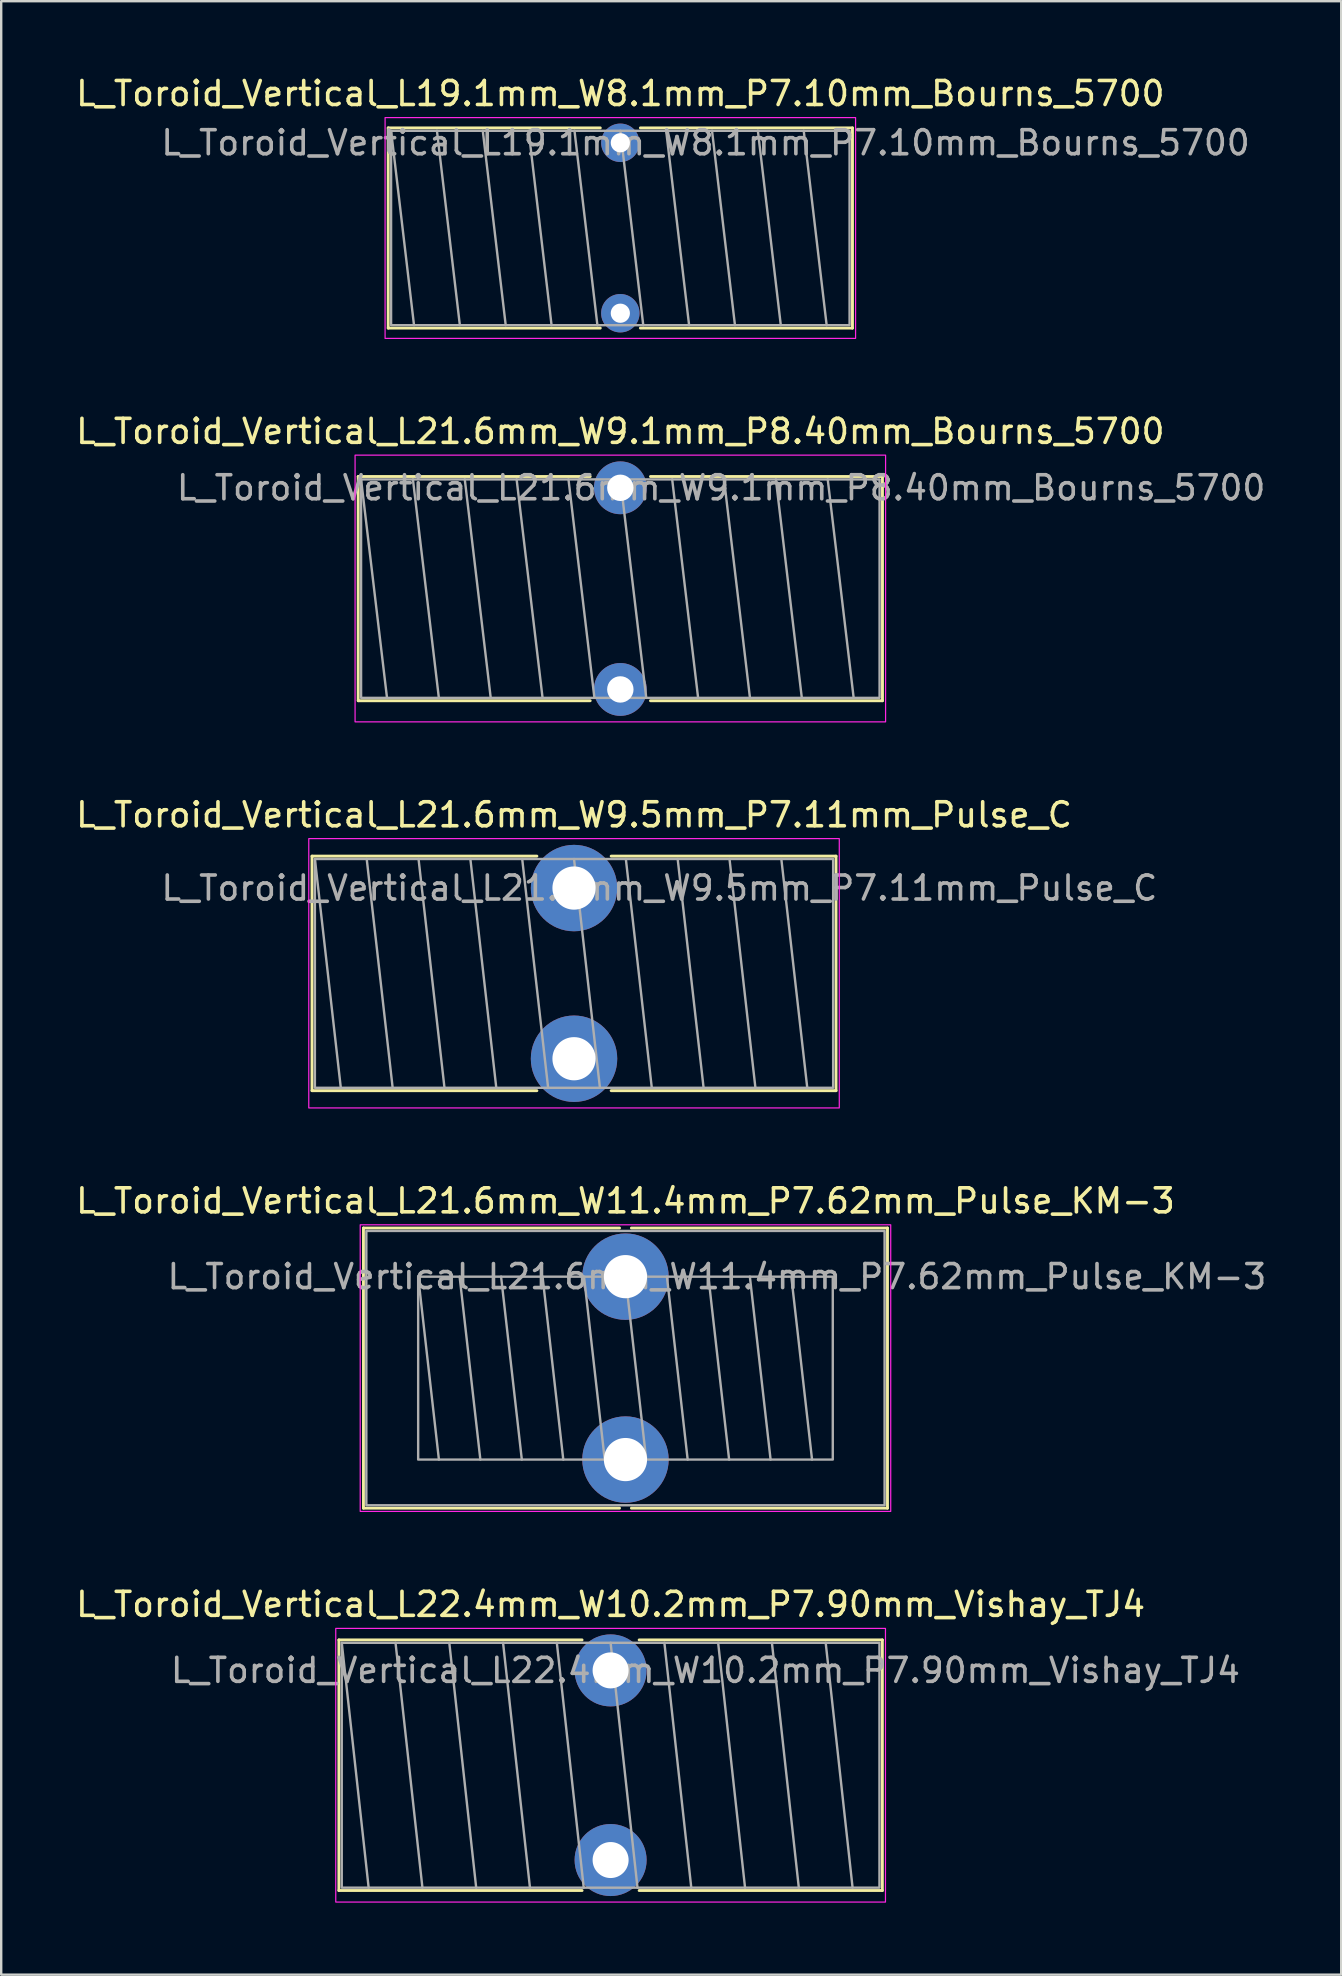
<source format=kicad_pcb>
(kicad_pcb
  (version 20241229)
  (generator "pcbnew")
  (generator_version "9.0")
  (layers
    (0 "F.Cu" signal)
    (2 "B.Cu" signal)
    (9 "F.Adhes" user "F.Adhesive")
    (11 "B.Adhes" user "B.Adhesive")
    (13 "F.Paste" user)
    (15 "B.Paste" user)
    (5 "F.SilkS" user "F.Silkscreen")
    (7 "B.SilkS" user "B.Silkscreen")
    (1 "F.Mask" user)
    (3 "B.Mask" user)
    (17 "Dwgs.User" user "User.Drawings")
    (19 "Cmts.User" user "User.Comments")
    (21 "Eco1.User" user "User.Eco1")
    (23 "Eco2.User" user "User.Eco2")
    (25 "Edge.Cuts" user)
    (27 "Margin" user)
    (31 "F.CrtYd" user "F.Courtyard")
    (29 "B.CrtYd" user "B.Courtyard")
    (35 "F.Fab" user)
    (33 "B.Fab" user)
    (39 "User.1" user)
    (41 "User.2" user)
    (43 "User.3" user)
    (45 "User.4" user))
  (footprint "L_Toroid_Vertical_L22.4mm_W10.2mm_P7.90mm_Vishay_TJ4"
    (layer "F.Cu")
    (at 22.387 66.536)
    (property "Reference" "L_Toroid_Vertical_L22.4mm_W10.2mm_P7.90mm_Vishay_TJ4" (at 0 -2.75 0) (layer "F.SilkS") (effects (font (size 1 1) (thickness 0.15))))
    (attr through_hole)
    (fp_line (start -11.32 -1.27) (end -1.189 -1.27) (stroke (width 0.12) (type solid)) (layer "F.SilkS"))
    (fp_line (start -11.32 9.17) (end -11.32 -1.27) (stroke (width 0.12) (type solid)) (layer "F.SilkS"))
    (fp_line (start -1.189 9.17) (end -11.32 9.17) (stroke (width 0.12) (type solid)) (layer "F.SilkS"))
    (fp_line (start 1.189 -1.27) (end 11.32 -1.27) (stroke (width 0.12) (type solid)) (layer "F.SilkS"))
    (fp_line (start 11.32 -1.27) (end 11.32 9.17) (stroke (width 0.12) (type solid)) (layer "F.SilkS"))
    (fp_line (start 11.32 9.17) (end 1.189 9.17) (stroke (width 0.12) (type solid)) (layer "F.SilkS"))
    (fp_rect (start -11.45 -1.75) (end 11.45 9.65) (stroke (width 0.05) (type solid)) (fill no) (layer "F.CrtYd"))
    (fp_line (start -11.2 -1.15) (end -10.08 9.05) (stroke (width 0.1) (type solid)) (layer "F.Fab"))
    (fp_line (start -8.96 -1.15) (end -7.84 9.05) (stroke (width 0.1) (type solid)) (layer "F.Fab"))
    (fp_line (start -6.72 -1.15) (end -5.6 9.05) (stroke (width 0.1) (type solid)) (layer "F.Fab"))
    (fp_line (start -4.48 -1.15) (end -3.36 9.05) (stroke (width 0.1) (type solid)) (layer "F.Fab"))
    (fp_line (start -2.24 -1.15) (end -1.12 9.05) (stroke (width 0.1) (type solid)) (layer "F.Fab"))
    (fp_line (start 0 -1.15) (end 1.12 9.05) (stroke (width 0.1) (type solid)) (layer "F.Fab"))
    (fp_line (start 2.24 -1.15) (end 3.36 9.05) (stroke (width 0.1) (type solid)) (layer "F.Fab"))
    (fp_line (start 4.48 -1.15) (end 5.6 9.05) (stroke (width 0.1) (type solid)) (layer "F.Fab"))
    (fp_line (start 6.72 -1.15) (end 7.84 9.05) (stroke (width 0.1) (type solid)) (layer "F.Fab"))
    (fp_line (start 8.96 -1.15) (end 10.08 9.05) (stroke (width 0.1) (type solid)) (layer "F.Fab"))
    (fp_rect (start -11.2 -1.15) (end 11.2 9.05) (stroke (width 0.1) (type solid)) (fill no) (layer "F.Fab"))
    (fp_text user "${REFERENCE}" (at 3.95 0 0) (layer "F.Fab") (effects (font (size 1 1) (thickness 0.15))))
    (pad "1" thru_hole circle (at 0 0) (size 3 3) (drill 1.5) (layers "*.Cu" "*.Mask"))
    (pad "2" thru_hole circle (at 0 7.9) (size 3 3) (drill 1.5) (layers "*.Cu" "*.Mask")))
  (footprint "L_Toroid_Vertical_L21.6mm_W11.4mm_P7.62mm_Pulse_KM-3"
    (layer "F.Cu")
    (at 23.006 50.133)
    (property "Reference" "L_Toroid_Vertical_L21.6mm_W11.4mm_P7.62mm_Pulse_KM-3" (at 0 -3.155 0) (layer "F.SilkS") (effects (font (size 1 1) (thickness 0.15))))
    (attr through_hole)
    (fp_line (start -10.915 -2.025) (end -0.247 -2.025) (stroke (width 0.12) (type solid)) (layer "F.SilkS"))
    (fp_line (start -10.915 9.645) (end -10.915 -2.025) (stroke (width 0.12) (type solid)) (layer "F.SilkS"))
    (fp_line (start -0.247 9.645) (end -10.915 9.645) (stroke (width 0.12) (type solid)) (layer "F.SilkS"))
    (fp_line (start 0.247 -2.025) (end 10.915 -2.025) (stroke (width 0.12) (type solid)) (layer "F.SilkS"))
    (fp_line (start 10.915 -2.025) (end 10.915 9.645) (stroke (width 0.12) (type solid)) (layer "F.SilkS"))
    (fp_line (start 10.915 9.645) (end 0.247 9.645) (stroke (width 0.12) (type solid)) (layer "F.SilkS"))
    (fp_rect (start -11.05 -2.16) (end 11.05 9.78) (stroke (width 0.05) (type solid)) (fill no) (layer "F.CrtYd"))
    (fp_line (start -8.636 0) (end -7.772 7.62) (stroke (width 0.1) (type solid)) (layer "F.Fab"))
    (fp_line (start -6.909 0) (end -6.045 7.62) (stroke (width 0.1) (type solid)) (layer "F.Fab"))
    (fp_line (start -5.182 0) (end -4.318 7.62) (stroke (width 0.1) (type solid)) (layer "F.Fab"))
    (fp_line (start -3.454 0) (end -2.591 7.62) (stroke (width 0.1) (type solid)) (layer "F.Fab"))
    (fp_line (start -1.727 0) (end -0.864 7.62) (stroke (width 0.1) (type solid)) (layer "F.Fab"))
    (fp_line (start 0 0) (end 0.864 7.62) (stroke (width 0.1) (type solid)) (layer "F.Fab"))
    (fp_line (start 1.727 0) (end 2.591 7.62) (stroke (width 0.1) (type solid)) (layer "F.Fab"))
    (fp_line (start 3.454 0) (end 4.318 7.62) (stroke (width 0.1) (type solid)) (layer "F.Fab"))
    (fp_line (start 5.182 0) (end 6.045 7.62) (stroke (width 0.1) (type solid)) (layer "F.Fab"))
    (fp_line (start 6.909 0) (end 7.772 7.62) (stroke (width 0.1) (type solid)) (layer "F.Fab"))
    (fp_rect (start -10.795 -1.905) (end 10.795 9.525) (stroke (width 0.1) (type solid)) (fill no) (layer "F.Fab"))
    (fp_rect (start -8.636 0) (end 8.636 7.62) (stroke (width 0.1) (type solid)) (fill no) (layer "F.Fab"))
    (fp_text user "${REFERENCE}" (at 3.81 0 0) (layer "F.Fab") (effects (font (size 1 1) (thickness 0.15))))
    (pad "1" thru_hole circle (at 0 0) (size 3.6 3.6) (drill 1.8) (layers "*.Cu" "*.Mask"))
    (pad "2" thru_hole circle (at 0 7.62) (size 3.6 3.6) (drill 1.8) (layers "*.Cu" "*.Mask")))
  (footprint "L_Toroid_Vertical_L21.6mm_W9.1mm_P8.40mm_Bourns_5700"
    (layer "F.Cu")
    (at 22.792 17.271)
    (property "Reference" "L_Toroid_Vertical_L21.6mm_W9.1mm_P8.40mm_Bourns_5700" (at 0 -2.35 0) (layer "F.SilkS") (effects (font (size 1 1) (thickness 0.15))))
    (attr through_hole)
    (fp_line (start -10.92 -0.47) (end -1.255 -0.47) (stroke (width 0.12) (type solid)) (layer "F.SilkS"))
    (fp_line (start -10.92 8.87) (end -10.92 -0.47) (stroke (width 0.12) (type solid)) (layer "F.SilkS"))
    (fp_line (start -1.255 8.87) (end -10.92 8.87) (stroke (width 0.12) (type solid)) (layer "F.SilkS"))
    (fp_line (start 1.255 -0.47) (end 10.92 -0.47) (stroke (width 0.12) (type solid)) (layer "F.SilkS"))
    (fp_line (start 10.92 -0.47) (end 10.92 8.87) (stroke (width 0.12) (type solid)) (layer "F.SilkS"))
    (fp_line (start 10.92 8.87) (end 1.255 8.87) (stroke (width 0.12) (type solid)) (layer "F.SilkS"))
    (fp_rect (start -11.05 -1.36) (end 11.05 9.75) (stroke (width 0.05) (type solid)) (fill no) (layer "F.CrtYd"))
    (fp_line (start -10.8 -0.35) (end -9.72 8.75) (stroke (width 0.1) (type solid)) (layer "F.Fab"))
    (fp_line (start -8.64 -0.35) (end -7.56 8.75) (stroke (width 0.1) (type solid)) (layer "F.Fab"))
    (fp_line (start -6.48 -0.35) (end -5.4 8.75) (stroke (width 0.1) (type solid)) (layer "F.Fab"))
    (fp_line (start -4.32 -0.35) (end -3.24 8.75) (stroke (width 0.1) (type solid)) (layer "F.Fab"))
    (fp_line (start -2.16 -0.35) (end -1.08 8.75) (stroke (width 0.1) (type solid)) (layer "F.Fab"))
    (fp_line (start 0 -0.35) (end 1.08 8.75) (stroke (width 0.1) (type solid)) (layer "F.Fab"))
    (fp_line (start 2.16 -0.35) (end 3.24 8.75) (stroke (width 0.1) (type solid)) (layer "F.Fab"))
    (fp_line (start 4.32 -0.35) (end 5.4 8.75) (stroke (width 0.1) (type solid)) (layer "F.Fab"))
    (fp_line (start 6.48 -0.35) (end 7.56 8.75) (stroke (width 0.1) (type solid)) (layer "F.Fab"))
    (fp_line (start 8.64 -0.35) (end 9.72 8.75) (stroke (width 0.1) (type solid)) (layer "F.Fab"))
    (fp_rect (start -10.8 -0.35) (end 10.8 8.75) (stroke (width 0.1) (type solid)) (fill no) (layer "F.Fab"))
    (fp_text user "${REFERENCE}" (at 4.2 0 0) (layer "F.Fab") (effects (font (size 1 1) (thickness 0.15))))
    (pad "1" thru_hole circle (at 0 0) (size 2.2 2.2) (drill 1.1) (layers "*.Cu" "*.Mask"))
    (pad "2" thru_hole circle (at 0 8.4) (size 2.2 2.2) (drill 1.1) (layers "*.Cu" "*.Mask")))
  (footprint "L_Toroid_Vertical_L19.1mm_W8.1mm_P7.10mm_Bourns_5700"
    (layer "F.Cu")
    (at 22.792 2.898)
    (property "Reference" "L_Toroid_Vertical_L19.1mm_W8.1mm_P7.10mm_Bourns_5700" (at 0 -2.05 0) (layer "F.SilkS") (effects (font (size 1 1) (thickness 0.15))))
    (attr through_hole)
    (fp_line (start -9.67 -0.62) (end -0.835 -0.62) (stroke (width 0.12) (type solid)) (layer "F.SilkS"))
    (fp_line (start -9.67 7.72) (end -9.67 -0.62) (stroke (width 0.12) (type solid)) (layer "F.SilkS"))
    (fp_line (start -0.835 7.72) (end -9.67 7.72) (stroke (width 0.12) (type solid)) (layer "F.SilkS"))
    (fp_line (start 0.835 -0.62) (end 9.67 -0.62) (stroke (width 0.12) (type solid)) (layer "F.SilkS"))
    (fp_line (start 9.67 -0.62) (end 9.67 7.72) (stroke (width 0.12) (type solid)) (layer "F.SilkS"))
    (fp_line (start 9.67 7.72) (end 0.835 7.72) (stroke (width 0.12) (type solid)) (layer "F.SilkS"))
    (fp_rect (start -9.8 -1.05) (end 9.8 8.15) (stroke (width 0.05) (type solid)) (fill no) (layer "F.CrtYd"))
    (fp_line (start -9.55 -0.5) (end -8.595 7.6) (stroke (width 0.1) (type solid)) (layer "F.Fab"))
    (fp_line (start -7.64 -0.5) (end -6.685 7.6) (stroke (width 0.1) (type solid)) (layer "F.Fab"))
    (fp_line (start -5.73 -0.5) (end -4.775 7.6) (stroke (width 0.1) (type solid)) (layer "F.Fab"))
    (fp_line (start -3.82 -0.5) (end -2.865 7.6) (stroke (width 0.1) (type solid)) (layer "F.Fab"))
    (fp_line (start -1.91 -0.5) (end -0.955 7.6) (stroke (width 0.1) (type solid)) (layer "F.Fab"))
    (fp_line (start 0 -0.5) (end 0.955 7.6) (stroke (width 0.1) (type solid)) (layer "F.Fab"))
    (fp_line (start 1.91 -0.5) (end 2.865 7.6) (stroke (width 0.1) (type solid)) (layer "F.Fab"))
    (fp_line (start 3.82 -0.5) (end 4.775 7.6) (stroke (width 0.1) (type solid)) (layer "F.Fab"))
    (fp_line (start 5.73 -0.5) (end 6.685 7.6) (stroke (width 0.1) (type solid)) (layer "F.Fab"))
    (fp_line (start 7.64 -0.5) (end 8.595 7.6) (stroke (width 0.1) (type solid)) (layer "F.Fab"))
    (fp_rect (start -9.55 -0.5) (end 9.55 7.6) (stroke (width 0.1) (type solid)) (fill no) (layer "F.Fab"))
    (fp_text user "${REFERENCE}" (at 3.55 0 0) (layer "F.Fab") (effects (font (size 1 1) (thickness 0.15))))
    (pad "1" thru_hole circle (at 0 0) (size 1.6 1.6) (drill 0.8) (layers "*.Cu" "*.Mask"))
    (pad "2" thru_hole circle (at 0 7.1) (size 1.6 1.6) (drill 0.8) (layers "*.Cu" "*.Mask")))
  (footprint "L_Toroid_Vertical_L21.6mm_W9.5mm_P7.11mm_Pulse_C"
    (layer "F.Cu")
    (at 20.863 33.945)
    (property "Reference" "L_Toroid_Vertical_L21.6mm_W9.5mm_P7.11mm_Pulse_C" (at 0 -3.05 0) (layer "F.SilkS") (effects (font (size 1 1) (thickness 0.15))))
    (attr through_hole)
    (fp_line (start -10.915 -1.33) (end -1.547 -1.33) (stroke (width 0.12) (type solid)) (layer "F.SilkS"))
    (fp_line (start -10.915 8.44) (end -10.915 -1.33) (stroke (width 0.12) (type solid)) (layer "F.SilkS"))
    (fp_line (start -1.547 8.44) (end -10.915 8.44) (stroke (width 0.12) (type solid)) (layer "F.SilkS"))
    (fp_line (start 1.547 -1.33) (end 10.915 -1.33) (stroke (width 0.12) (type solid)) (layer "F.SilkS"))
    (fp_line (start 10.915 -1.33) (end 10.915 8.44) (stroke (width 0.12) (type solid)) (layer "F.SilkS"))
    (fp_line (start 10.915 8.44) (end 1.547 8.44) (stroke (width 0.12) (type solid)) (layer "F.SilkS"))
    (fp_rect (start -11.05 -2.06) (end 11.05 9.16) (stroke (width 0.05) (type solid)) (fill no) (layer "F.CrtYd"))
    (fp_line (start -10.795 -1.21) (end -9.716 8.32) (stroke (width 0.1) (type solid)) (layer "F.Fab"))
    (fp_line (start -8.636 -1.21) (end -7.556 8.32) (stroke (width 0.1) (type solid)) (layer "F.Fab"))
    (fp_line (start -6.477 -1.21) (end -5.397 8.32) (stroke (width 0.1) (type solid)) (layer "F.Fab"))
    (fp_line (start -4.318 -1.21) (end -3.239 8.32) (stroke (width 0.1) (type solid)) (layer "F.Fab"))
    (fp_line (start -2.159 -1.21) (end -1.079 8.32) (stroke (width 0.1) (type solid)) (layer "F.Fab"))
    (fp_line (start 0 -1.21) (end 1.079 8.32) (stroke (width 0.1) (type solid)) (layer "F.Fab"))
    (fp_line (start 2.159 -1.21) (end 3.239 8.32) (stroke (width 0.1) (type solid)) (layer "F.Fab"))
    (fp_line (start 4.318 -1.21) (end 5.397 8.32) (stroke (width 0.1) (type solid)) (layer "F.Fab"))
    (fp_line (start 6.477 -1.21) (end 7.556 8.32) (stroke (width 0.1) (type solid)) (layer "F.Fab"))
    (fp_line (start 8.636 -1.21) (end 9.716 8.32) (stroke (width 0.1) (type solid)) (layer "F.Fab"))
    (fp_rect (start -10.795 -1.21) (end 10.795 8.32) (stroke (width 0.1) (type solid)) (fill no) (layer "F.Fab"))
    (fp_text user "${REFERENCE}" (at 3.555 0 0) (layer "F.Fab") (effects (font (size 1 1) (thickness 0.15))))
    (pad "1" thru_hole circle (at 0 0) (size 3.6 3.6) (drill 1.8) (layers "*.Cu" "*.Mask"))
    (pad "2" thru_hole circle (at 0 7.11) (size 3.6 3.6) (drill 1.8) (layers "*.Cu" "*.Mask")))
  (gr_rect
    (start -3 -3)
    (end 52.822 79.211)
    (stroke (width 0.1) (type default))
    (fill no)
    (layer "Edge.Cuts")))
</source>
